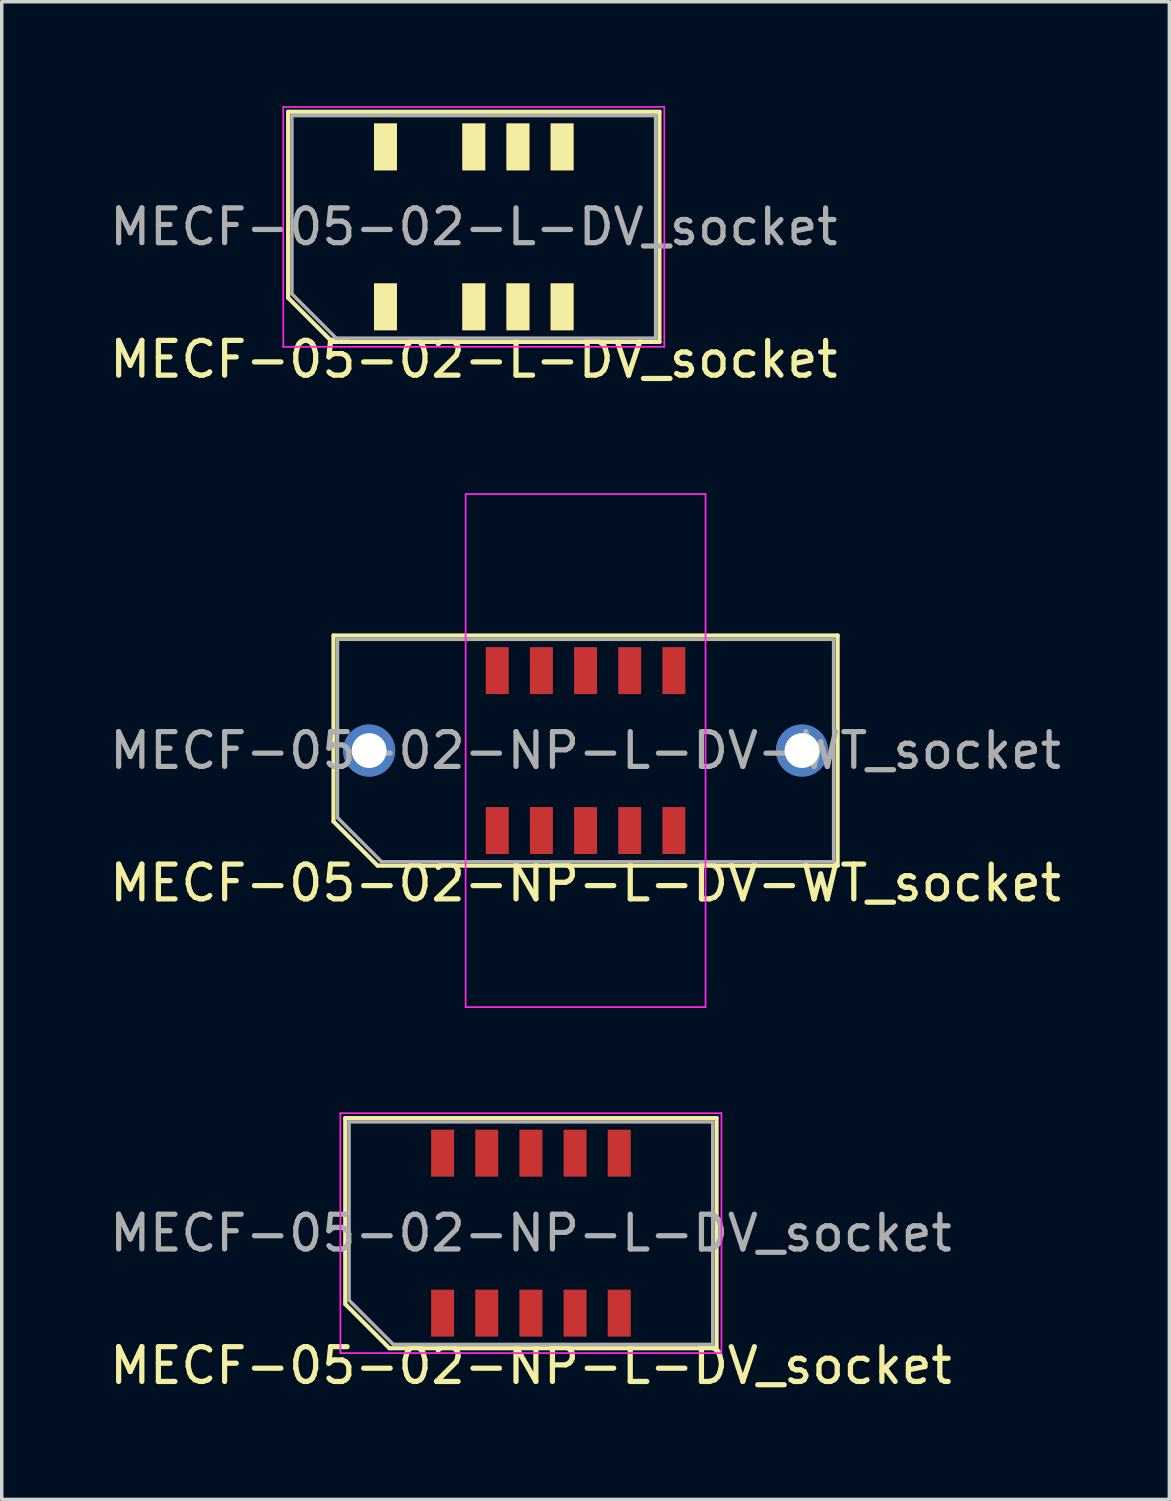
<source format=kicad_pcb>
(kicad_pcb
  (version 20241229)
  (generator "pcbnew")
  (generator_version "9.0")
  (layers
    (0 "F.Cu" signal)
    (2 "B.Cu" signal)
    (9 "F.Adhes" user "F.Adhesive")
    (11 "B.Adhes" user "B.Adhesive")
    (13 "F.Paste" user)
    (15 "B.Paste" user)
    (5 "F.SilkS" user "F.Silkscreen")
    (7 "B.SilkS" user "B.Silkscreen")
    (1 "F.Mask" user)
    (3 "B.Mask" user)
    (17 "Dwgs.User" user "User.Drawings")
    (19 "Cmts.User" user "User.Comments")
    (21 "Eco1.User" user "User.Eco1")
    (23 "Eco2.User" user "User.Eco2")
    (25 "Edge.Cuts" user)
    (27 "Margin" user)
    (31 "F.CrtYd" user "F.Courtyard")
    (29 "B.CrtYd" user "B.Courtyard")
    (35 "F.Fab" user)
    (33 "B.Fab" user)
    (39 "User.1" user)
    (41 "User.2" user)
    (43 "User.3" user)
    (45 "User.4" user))
  (footprint "MECF-05-02-L-DV_socket"
    (layer "F.Cu")
    (at 10.577 3.475)
    (property "Reference" "MECF-05-02-L-DV_socket" (at 0 3.81 0) (layer "F.SilkS") (effects (font (size 1 1) (thickness 0.15))))
    (attr through_hole)
    (fp_line (start -5.34 -3.31) (end 5.34 -3.31) (stroke (width 0.12) (type solid)) (layer "F.SilkS"))
    (fp_line (start -5.34 2.04) (end -5.34 -3.31) (stroke (width 0.12) (type solid)) (layer "F.SilkS"))
    (fp_line (start -4.07 3.31) (end -5.34 2.04) (stroke (width 0.12) (type solid)) (layer "F.SilkS"))
    (fp_line (start -4.07 3.31) (end 5.34 3.31) (stroke (width 0.12) (type solid)) (layer "F.SilkS"))
    (fp_line (start 5.34 3.31) (end 5.34 -3.31) (stroke (width 0.12) (type solid)) (layer "F.SilkS"))
    (fp_line (start -5.48 -3.45) (end -5.48 3.45) (stroke (width 0.05) (type solid)) (layer "F.CrtYd"))
    (fp_line (start -5.48 3.45) (end 5.48 3.45) (stroke (width 0.05) (type solid)) (layer "F.CrtYd"))
    (fp_line (start 5.48 -3.45) (end -5.48 -3.45) (stroke (width 0.05) (type solid)) (layer "F.CrtYd"))
    (fp_line (start 5.48 3.45) (end 5.48 -3.45) (stroke (width 0.05) (type solid)) (layer "F.CrtYd"))
    (fp_line (start -5.23 -3.2) (end 5.23 -3.2) (stroke (width 0.1) (type solid)) (layer "F.Fab"))
    (fp_line (start -5.23 1.93) (end -5.23 -3.2) (stroke (width 0.1) (type solid)) (layer "F.Fab"))
    (fp_line (start -5.23 1.93) (end -3.96 3.2) (stroke (width 0.1) (type solid)) (layer "F.Fab"))
    (fp_line (start -3.96 3.2) (end 5.23 3.2) (stroke (width 0.1) (type solid)) (layer "F.Fab"))
    (fp_line (start 5.23 3.2) (end 5.23 -3.2) (stroke (width 0.1) (type solid)) (layer "F.Fab"))
    (fp_text user "${REFERENCE}" (at 0 0 0) (layer "F.Fab") (effects (font (size 1 1) (thickness 0.15))))
    (pad "" np_thru_hole circle (at -4.32 0) (size 0.001 0.001) (drill 1.45) (layers "*.Cu" "*.Mask" "F.SilkS"))
    (pad "" np_thru_hole circle (at 4.32 1) (size 0.001 0.001) (drill 1.45) (layers "*.Cu" "*.Mask" "F.SilkS"))
    (pad "1" smd rect (at -2.54 2.3) (size 0.66 1.35) (layers "F.Cu" "F.Mask" "F.SilkS"))
    (pad "2" smd rect (at -2.54 -2.3) (size 0.66 1.35) (layers "F.Cu" "F.Mask" "F.SilkS"))
    (pad "5" smd rect (at 0 2.3) (size 0.66 1.35) (layers "F.Cu" "F.Mask" "F.SilkS"))
    (pad "6" smd rect (at 0 -2.3) (size 0.66 1.35) (layers "F.Cu" "F.Mask" "F.SilkS"))
    (pad "7" smd rect (at 1.27 2.3) (size 0.66 1.35) (layers "F.Cu" "F.Mask" "F.SilkS"))
    (pad "8" smd rect (at 1.27 -2.3) (size 0.66 1.35) (layers "F.Cu" "F.Mask" "F.SilkS"))
    (pad "9" smd rect (at 2.54 2.3) (size 0.66 1.35) (layers "F.Cu" "F.Mask" "F.SilkS"))
    (pad "10" smd rect (at 2.54 -2.3) (size 0.66 1.35) (layers "F.Cu" "F.Mask" "F.SilkS")))
  (footprint "MECF-05-02-NP-L-DV-WT_socket"
    (layer "F.Cu")
    (at 13.792 18.538)
    (property "Reference" "MECF-05-02-NP-L-DV-WT_socket" (at 0 3.81 0) (layer "F.SilkS") (effects (font (size 1 1) (thickness 0.15))))
    (attr smd)
    (fp_line (start -7.25 -3.31) (end 7.25 -3.31) (stroke (width 0.12) (type solid)) (layer "F.SilkS"))
    (fp_line (start -7.25 2.04) (end -7.25 -3.31) (stroke (width 0.12) (type solid)) (layer "F.SilkS"))
    (fp_line (start -5.98 3.31) (end -7.25 2.04) (stroke (width 0.12) (type solid)) (layer "F.SilkS"))
    (fp_line (start -5.98 3.31) (end 7.25 3.31) (stroke (width 0.12) (type solid)) (layer "F.SilkS"))
    (fp_line (start 7.25 3.31) (end 7.25 -3.31) (stroke (width 0.12) (type solid)) (layer "F.SilkS"))
    (fp_line (start -3.45 -7.38) (end -3.45 7.38) (stroke (width 0.05) (type solid)) (layer "F.CrtYd"))
    (fp_line (start -3.45 7.38) (end 3.45 7.38) (stroke (width 0.05) (type solid)) (layer "F.CrtYd"))
    (fp_line (start 3.45 -7.38) (end -3.45 -7.38) (stroke (width 0.05) (type solid)) (layer "F.CrtYd"))
    (fp_line (start 3.45 7.38) (end 3.45 -7.38) (stroke (width 0.05) (type solid)) (layer "F.CrtYd"))
    (fp_line (start -7.135 -3.2) (end 7.135 -3.2) (stroke (width 0.1) (type solid)) (layer "F.Fab"))
    (fp_line (start -7.135 1.93) (end -7.135 -3.2) (stroke (width 0.1) (type solid)) (layer "F.Fab"))
    (fp_line (start -7.135 1.93) (end -5.865 3.2) (stroke (width 0.1) (type solid)) (layer "F.Fab"))
    (fp_line (start -5.865 3.2) (end 7.135 3.2) (stroke (width 0.1) (type solid)) (layer "F.Fab"))
    (fp_line (start 7.135 3.2) (end 7.135 -3.2) (stroke (width 0.1) (type solid)) (layer "F.Fab"))
    (fp_text user "${REFERENCE}" (at 0 0 0) (layer "F.Fab") (effects (font (size 1 1) (thickness 0.15))))
    (pad "" np_thru_hole circle (at -4.32 0) (size 0.001 0.001) (drill 1.45) (layers "*.Cu" "*.Mask"))
    (pad "" np_thru_hole circle (at 4.32 1) (size 0.001 0.001) (drill 1.45) (layers "*.Cu" "*.Mask"))
    (pad "1" smd rect (at -2.54 2.3) (size 0.66 1.35) (layers "F.Cu" "F.Mask" "F.Paste"))
    (pad "2" smd rect (at -2.54 -2.3) (size 0.66 1.35) (layers "F.Cu" "F.Mask" "F.Paste"))
    (pad "3" smd rect (at -1.27 2.3) (size 0.66 1.35) (layers "F.Cu" "F.Mask" "F.Paste"))
    (pad "4" smd rect (at -1.27 -2.3) (size 0.66 1.35) (layers "F.Cu" "F.Mask" "F.Paste"))
    (pad "5" smd rect (at 0 2.3) (size 0.66 1.35) (layers "F.Cu" "F.Mask" "F.Paste"))
    (pad "6" smd rect (at 0 -2.3) (size 0.66 1.35) (layers "F.Cu" "F.Mask" "F.Paste"))
    (pad "7" smd rect (at 1.27 2.3) (size 0.66 1.35) (layers "F.Cu" "F.Mask" "F.Paste"))
    (pad "8" smd rect (at 1.27 -2.3) (size 0.66 1.35) (layers "F.Cu" "F.Mask" "F.Paste"))
    (pad "9" smd rect (at 2.54 2.3) (size 0.66 1.35) (layers "F.Cu" "F.Mask" "F.Paste"))
    (pad "10" smd rect (at 2.54 -2.3) (size 0.66 1.35) (layers "F.Cu" "F.Mask" "F.Paste"))
    (pad "None" thru_hole circle (at -6.225 0) (size 1.5 1.5) (drill 1) (layers "*.Cu" "*.Mask"))
    (pad "None" thru_hole circle (at 6.225 0) (size 1.5 1.5) (drill 1) (layers "*.Cu" "*.Mask")))
  (footprint "MECF-05-02-NP-L-DV_socket"
    (layer "F.Cu")
    (at 12.22 32.418)
    (property "Reference" "MECF-05-02-NP-L-DV_socket" (at 0 3.81 0) (layer "F.SilkS") (effects (font (size 1 1) (thickness 0.15))))
    (attr smd)
    (fp_line (start -5.34 -3.31) (end 5.34 -3.31) (stroke (width 0.12) (type solid)) (layer "F.SilkS"))
    (fp_line (start -5.34 2.04) (end -5.34 -3.31) (stroke (width 0.12) (type solid)) (layer "F.SilkS"))
    (fp_line (start -4.07 3.31) (end -5.34 2.04) (stroke (width 0.12) (type solid)) (layer "F.SilkS"))
    (fp_line (start -4.07 3.31) (end 5.34 3.31) (stroke (width 0.12) (type solid)) (layer "F.SilkS"))
    (fp_line (start 5.34 3.31) (end 5.34 -3.31) (stroke (width 0.12) (type solid)) (layer "F.SilkS"))
    (fp_line (start -5.48 -3.45) (end -5.48 3.45) (stroke (width 0.05) (type solid)) (layer "F.CrtYd"))
    (fp_line (start -5.48 3.45) (end 5.48 3.45) (stroke (width 0.05) (type solid)) (layer "F.CrtYd"))
    (fp_line (start 5.48 -3.45) (end -5.48 -3.45) (stroke (width 0.05) (type solid)) (layer "F.CrtYd"))
    (fp_line (start 5.48 3.45) (end 5.48 -3.45) (stroke (width 0.05) (type solid)) (layer "F.CrtYd"))
    (fp_line (start -5.23 -3.2) (end 5.23 -3.2) (stroke (width 0.1) (type solid)) (layer "F.Fab"))
    (fp_line (start -5.23 1.93) (end -5.23 -3.2) (stroke (width 0.1) (type solid)) (layer "F.Fab"))
    (fp_line (start -5.23 1.93) (end -3.96 3.2) (stroke (width 0.1) (type solid)) (layer "F.Fab"))
    (fp_line (start -3.96 3.2) (end 5.23 3.2) (stroke (width 0.1) (type solid)) (layer "F.Fab"))
    (fp_line (start 5.23 3.2) (end 5.23 -3.2) (stroke (width 0.1) (type solid)) (layer "F.Fab"))
    (fp_text user "${REFERENCE}" (at 0 0 0) (layer "F.Fab") (effects (font (size 1 1) (thickness 0.15))))
    (pad "" np_thru_hole circle (at -4.32 0) (size 0.001 0.001) (drill 1.45) (layers "*.Cu" "*.Mask"))
    (pad "" np_thru_hole circle (at 4.32 1) (size 0.001 0.001) (drill 1.45) (layers "*.Cu" "*.Mask"))
    (pad "1" smd rect (at -2.54 2.3) (size 0.66 1.35) (layers "F.Cu" "F.Mask" "F.Paste"))
    (pad "2" smd rect (at -2.54 -2.3) (size 0.66 1.35) (layers "F.Cu" "F.Mask" "F.Paste"))
    (pad "3" smd rect (at -1.27 2.3) (size 0.66 1.35) (layers "F.Cu" "F.Mask" "F.Paste"))
    (pad "4" smd rect (at -1.27 -2.3) (size 0.66 1.35) (layers "F.Cu" "F.Mask" "F.Paste"))
    (pad "5" smd rect (at 0 2.3) (size 0.66 1.35) (layers "F.Cu" "F.Mask" "F.Paste"))
    (pad "6" smd rect (at 0 -2.3) (size 0.66 1.35) (layers "F.Cu" "F.Mask" "F.Paste"))
    (pad "7" smd rect (at 1.27 2.3) (size 0.66 1.35) (layers "F.Cu" "F.Mask" "F.Paste"))
    (pad "8" smd rect (at 1.27 -2.3) (size 0.66 1.35) (layers "F.Cu" "F.Mask" "F.Paste"))
    (pad "9" smd rect (at 2.54 2.3) (size 0.66 1.35) (layers "F.Cu" "F.Mask" "F.Paste"))
    (pad "10" smd rect (at 2.54 -2.3) (size 0.66 1.35) (layers "F.Cu" "F.Mask" "F.Paste")))
  (gr_rect
    (start -3 -3)
    (end 30.583 40.077)
    (stroke (width 0.1) (type default))
    (fill no)
    (layer "Edge.Cuts")))
</source>
